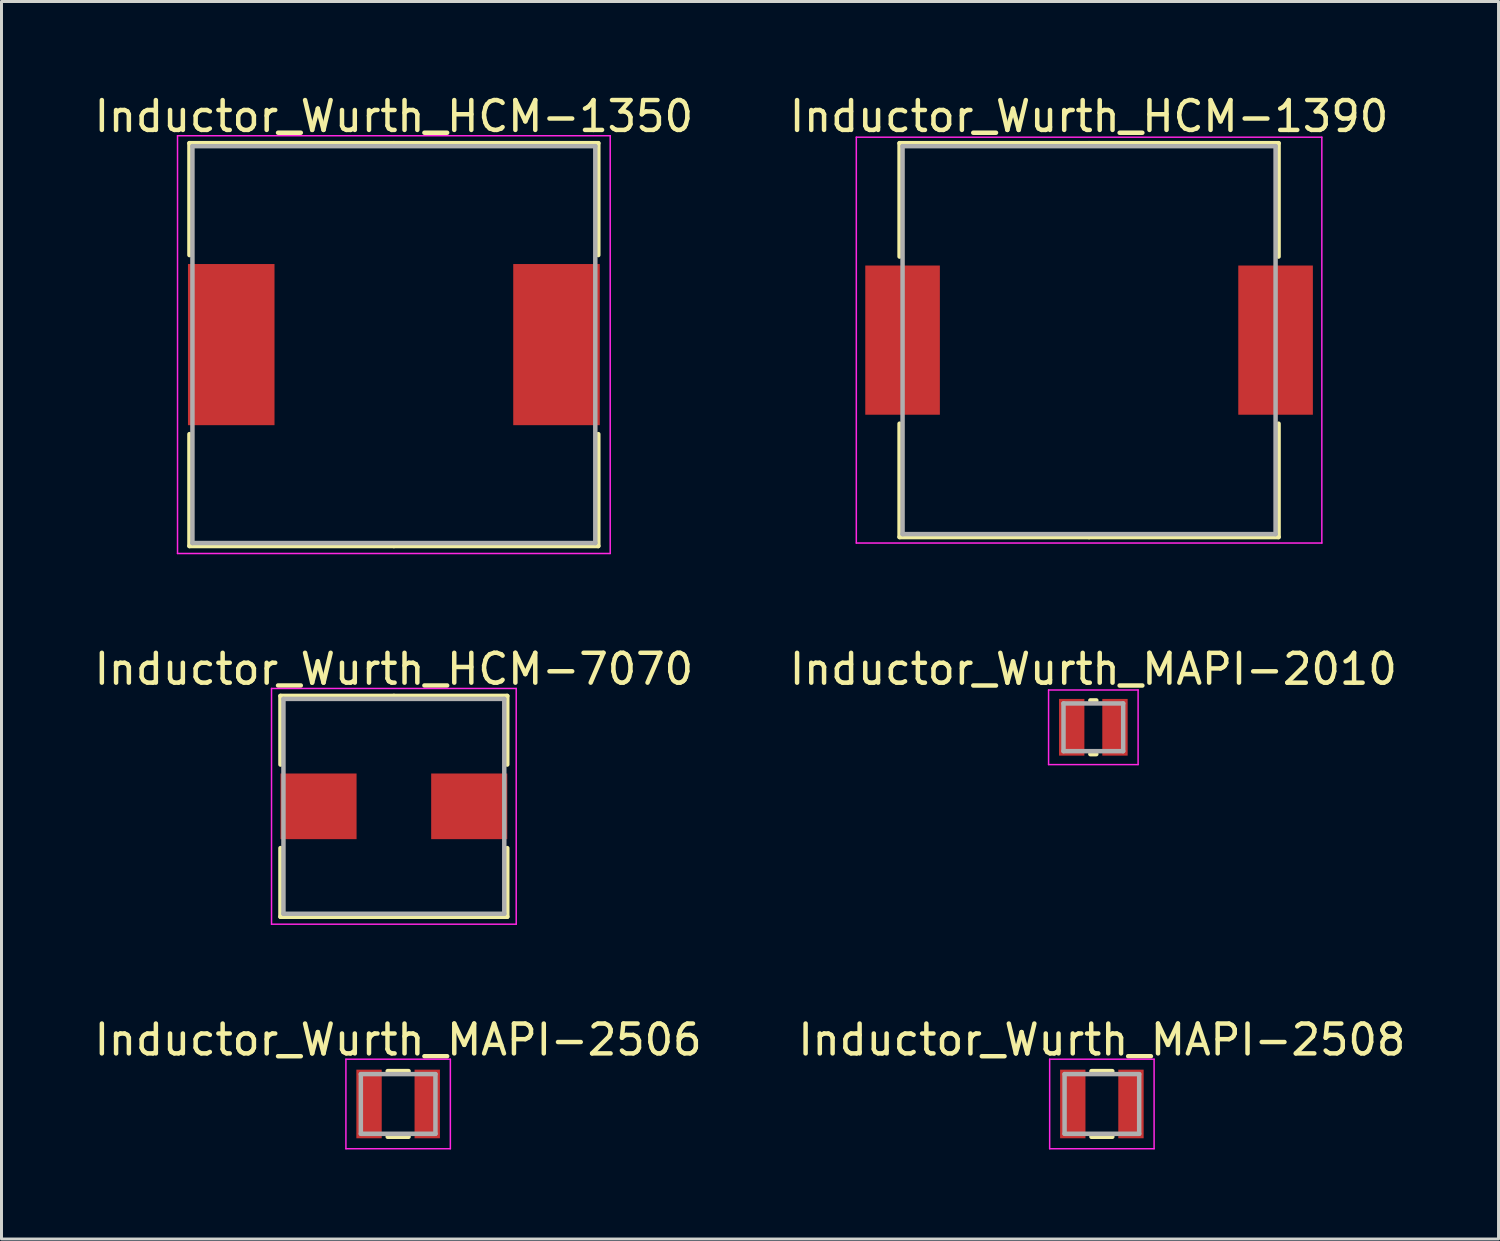
<source format=kicad_pcb>
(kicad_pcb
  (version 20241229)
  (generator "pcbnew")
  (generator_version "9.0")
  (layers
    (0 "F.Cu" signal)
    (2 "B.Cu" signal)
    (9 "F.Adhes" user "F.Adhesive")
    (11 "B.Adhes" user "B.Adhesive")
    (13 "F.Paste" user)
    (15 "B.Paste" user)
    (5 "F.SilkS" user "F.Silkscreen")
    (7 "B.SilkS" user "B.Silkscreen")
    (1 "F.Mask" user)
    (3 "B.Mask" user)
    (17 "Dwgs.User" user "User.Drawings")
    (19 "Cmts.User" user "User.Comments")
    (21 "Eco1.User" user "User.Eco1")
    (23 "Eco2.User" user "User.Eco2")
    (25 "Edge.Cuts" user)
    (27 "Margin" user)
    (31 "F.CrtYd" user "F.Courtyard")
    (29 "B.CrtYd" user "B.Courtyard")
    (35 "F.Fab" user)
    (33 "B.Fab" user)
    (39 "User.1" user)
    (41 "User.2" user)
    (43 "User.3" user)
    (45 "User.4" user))
  (footprint "Inductor_Wurth_HCM-1390"
    (layer "F.Cu")
    (at 33.446 8.348)
    (property "Reference" "Inductor_Wurth_HCM-1390" (at 0 -7.5 0) (layer "F.SilkS") (effects (font (size 1 1) (thickness 0.15))))
    (attr smd)
    (fp_line (start -6.35 -6.6) (end 0 -6.6) (stroke (width 0.15) (type solid)) (layer "F.SilkS"))
    (fp_line (start -6.35 -2.8) (end -6.35 -6.6) (stroke (width 0.15) (type solid)) (layer "F.SilkS"))
    (fp_line (start -6.35 2.8) (end -6.35 6.6) (stroke (width 0.15) (type solid)) (layer "F.SilkS"))
    (fp_line (start -6.35 6.6) (end 0 6.6) (stroke (width 0.15) (type solid)) (layer "F.SilkS"))
    (fp_line (start 6.35 -6.6) (end 0 -6.6) (stroke (width 0.15) (type solid)) (layer "F.SilkS"))
    (fp_line (start 6.35 -2.8) (end 6.35 -6.6) (stroke (width 0.15) (type solid)) (layer "F.SilkS"))
    (fp_line (start 6.35 2.8) (end 6.35 6.6) (stroke (width 0.15) (type solid)) (layer "F.SilkS"))
    (fp_line (start 6.35 6.6) (end 0 6.6) (stroke (width 0.15) (type solid)) (layer "F.SilkS"))
    (fp_line (start -7.8 -6.8) (end -7.8 6.8) (stroke (width 0.05) (type solid)) (layer "F.CrtYd"))
    (fp_line (start -7.8 6.8) (end 7.8 6.8) (stroke (width 0.05) (type solid)) (layer "F.CrtYd"))
    (fp_line (start 7.8 -6.8) (end -7.8 -6.8) (stroke (width 0.05) (type solid)) (layer "F.CrtYd"))
    (fp_line (start 7.8 6.8) (end 7.8 -6.8) (stroke (width 0.05) (type solid)) (layer "F.CrtYd"))
    (fp_line (start -6.25 -6.5) (end -6.25 6.5) (stroke (width 0.15) (type solid)) (layer "F.Fab"))
    (fp_line (start -6.25 6.5) (end 6.25 6.5) (stroke (width 0.15) (type solid)) (layer "F.Fab"))
    (fp_line (start 6.25 -6.5) (end -6.25 -6.5) (stroke (width 0.15) (type solid)) (layer "F.Fab"))
    (fp_line (start 6.25 6.5) (end 6.25 -6.5) (stroke (width 0.15) (type solid)) (layer "F.Fab"))
    (pad "1" smd rect (at -6.25 0) (size 2.5 5) (layers "F.Cu" "F.Mask" "F.Paste"))
    (pad "2" smd rect (at 6.25 0) (size 2.5 5) (layers "F.Cu" "F.Mask" "F.Paste")))
  (footprint "Inductor_Wurth_MAPI-2506"
    (layer "F.Cu")
    (at 10.292 33.945)
    (property "Reference" "Inductor_Wurth_MAPI-2506" (at 0 -2.15 0) (layer "F.SilkS") (effects (font (size 1 1) (thickness 0.15))))
    (attr smd)
    (fp_line (start -0.35 -1.1) (end 0.35 -1.1) (stroke (width 0.15) (type solid)) (layer "F.SilkS"))
    (fp_line (start -0.35 1.1) (end 0.35 1.1) (stroke (width 0.15) (type solid)) (layer "F.SilkS"))
    (fp_line (start -1.75 -1.5) (end -1.75 1.5) (stroke (width 0.05) (type solid)) (layer "F.CrtYd"))
    (fp_line (start -1.75 1.5) (end 1.75 1.5) (stroke (width 0.05) (type solid)) (layer "F.CrtYd"))
    (fp_line (start 1.75 -1.5) (end -1.75 -1.5) (stroke (width 0.05) (type solid)) (layer "F.CrtYd"))
    (fp_line (start 1.75 1.5) (end 1.75 -1.5) (stroke (width 0.05) (type solid)) (layer "F.CrtYd"))
    (fp_line (start -1.25 -1) (end -1.25 1) (stroke (width 0.15) (type solid)) (layer "F.Fab"))
    (fp_line (start -1.25 1) (end 1.25 1) (stroke (width 0.15) (type solid)) (layer "F.Fab"))
    (fp_line (start 1.25 -1) (end -1.25 -1) (stroke (width 0.15) (type solid)) (layer "F.Fab"))
    (fp_line (start 1.25 1) (end 1.25 -1) (stroke (width 0.15) (type solid)) (layer "F.Fab"))
    (pad "1" smd rect (at -0.975 0) (size 0.85 2.3) (layers "F.Cu" "F.Mask" "F.Paste"))
    (pad "2" smd rect (at 0.975 0) (size 0.85 2.3) (layers "F.Cu" "F.Mask" "F.Paste")))
  (footprint "Inductor_Wurth_MAPI-2010"
    (layer "F.Cu")
    (at 33.589 21.322)
    (property "Reference" "Inductor_Wurth_MAPI-2010" (at 0 -1.95 0) (layer "F.SilkS") (effects (font (size 1 1) (thickness 0.15))))
    (attr smd)
    (fp_line (start -0.1 -0.9) (end 0.1 -0.9) (stroke (width 0.15) (type solid)) (layer "F.SilkS"))
    (fp_line (start -0.1 0.9) (end 0.1 0.9) (stroke (width 0.15) (type solid)) (layer "F.SilkS"))
    (fp_line (start -1.5 -1.25) (end -1.5 1.25) (stroke (width 0.05) (type solid)) (layer "F.CrtYd"))
    (fp_line (start -1.5 1.25) (end 1.5 1.25) (stroke (width 0.05) (type solid)) (layer "F.CrtYd"))
    (fp_line (start 1.5 -1.25) (end -1.5 -1.25) (stroke (width 0.05) (type solid)) (layer "F.CrtYd"))
    (fp_line (start 1.5 1.25) (end 1.5 -1.25) (stroke (width 0.05) (type solid)) (layer "F.CrtYd"))
    (fp_line (start -1 -0.8) (end -1 0.8) (stroke (width 0.15) (type solid)) (layer "F.Fab"))
    (fp_line (start -1 0.8) (end 1 0.8) (stroke (width 0.15) (type solid)) (layer "F.Fab"))
    (fp_line (start 1 -0.8) (end -1 -0.8) (stroke (width 0.15) (type solid)) (layer "F.Fab"))
    (fp_line (start 1 0.8) (end 1 -0.8) (stroke (width 0.15) (type solid)) (layer "F.Fab"))
    (pad "1" smd rect (at -0.725 0) (size 0.85 1.9) (layers "F.Cu" "F.Mask" "F.Paste"))
    (pad "2" smd rect (at 0.725 0) (size 0.85 1.9) (layers "F.Cu" "F.Mask" "F.Paste")))
  (footprint "Inductor_Wurth_HCM-7070"
    (layer "F.Cu")
    (at 10.149 23.971)
    (property "Reference" "Inductor_Wurth_HCM-7070" (at 0 -4.6 0) (layer "F.SilkS") (effects (font (size 1 1) (thickness 0.15))))
    (attr smd)
    (fp_line (start -3.8 -3.7) (end 0 -3.7) (stroke (width 0.15) (type solid)) (layer "F.SilkS"))
    (fp_line (start -3.8 -1.4) (end -3.8 -3.7) (stroke (width 0.15) (type solid)) (layer "F.SilkS"))
    (fp_line (start -3.8 1.4) (end -3.8 3.7) (stroke (width 0.15) (type solid)) (layer "F.SilkS"))
    (fp_line (start -3.8 3.7) (end 0 3.7) (stroke (width 0.15) (type solid)) (layer "F.SilkS"))
    (fp_line (start 3.8 -3.7) (end 0 -3.7) (stroke (width 0.15) (type solid)) (layer "F.SilkS"))
    (fp_line (start 3.8 -1.4) (end 3.8 -3.7) (stroke (width 0.15) (type solid)) (layer "F.SilkS"))
    (fp_line (start 3.8 1.4) (end 3.8 3.7) (stroke (width 0.15) (type solid)) (layer "F.SilkS"))
    (fp_line (start 3.8 3.7) (end 0 3.7) (stroke (width 0.15) (type solid)) (layer "F.SilkS"))
    (fp_line (start -4.1 -3.95) (end -4.1 3.95) (stroke (width 0.05) (type solid)) (layer "F.CrtYd"))
    (fp_line (start -4.1 3.95) (end 4.1 3.95) (stroke (width 0.05) (type solid)) (layer "F.CrtYd"))
    (fp_line (start 4.1 -3.95) (end -4.1 -3.95) (stroke (width 0.05) (type solid)) (layer "F.CrtYd"))
    (fp_line (start 4.1 3.95) (end 4.1 -3.95) (stroke (width 0.05) (type solid)) (layer "F.CrtYd"))
    (fp_line (start -3.7 -3.6) (end -3.7 3.6) (stroke (width 0.15) (type solid)) (layer "F.Fab"))
    (fp_line (start -3.7 3.6) (end 3.7 3.6) (stroke (width 0.15) (type solid)) (layer "F.Fab"))
    (fp_line (start 3.7 -3.6) (end -3.7 -3.6) (stroke (width 0.15) (type solid)) (layer "F.Fab"))
    (fp_line (start 3.7 3.6) (end 3.7 -3.6) (stroke (width 0.15) (type solid)) (layer "F.Fab"))
    (pad "1" smd rect (at -2.525 0) (size 2.55 2.2) (layers "F.Cu" "F.Mask" "F.Paste"))
    (pad "2" smd rect (at 2.525 0) (size 2.55 2.2) (layers "F.Cu" "F.Mask" "F.Paste")))
  (footprint "Inductor_Wurth_MAPI-2508"
    (layer "F.Cu")
    (at 33.875 33.945)
    (property "Reference" "Inductor_Wurth_MAPI-2508" (at 0 -2.15 0) (layer "F.SilkS") (effects (font (size 1 1) (thickness 0.15))))
    (attr smd)
    (fp_line (start -0.35 -1.1) (end 0.35 -1.1) (stroke (width 0.15) (type solid)) (layer "F.SilkS"))
    (fp_line (start -0.35 1.1) (end 0.35 1.1) (stroke (width 0.15) (type solid)) (layer "F.SilkS"))
    (fp_line (start -1.75 -1.5) (end -1.75 1.5) (stroke (width 0.05) (type solid)) (layer "F.CrtYd"))
    (fp_line (start -1.75 1.5) (end 1.75 1.5) (stroke (width 0.05) (type solid)) (layer "F.CrtYd"))
    (fp_line (start 1.75 -1.5) (end -1.75 -1.5) (stroke (width 0.05) (type solid)) (layer "F.CrtYd"))
    (fp_line (start 1.75 1.5) (end 1.75 -1.5) (stroke (width 0.05) (type solid)) (layer "F.CrtYd"))
    (fp_line (start -1.25 -1) (end -1.25 1) (stroke (width 0.15) (type solid)) (layer "F.Fab"))
    (fp_line (start -1.25 1) (end 1.25 1) (stroke (width 0.15) (type solid)) (layer "F.Fab"))
    (fp_line (start 1.25 -1) (end -1.25 -1) (stroke (width 0.15) (type solid)) (layer "F.Fab"))
    (fp_line (start 1.25 1) (end 1.25 -1) (stroke (width 0.15) (type solid)) (layer "F.Fab"))
    (pad "1" smd rect (at -0.975 0) (size 0.85 2.3) (layers "F.Cu" "F.Mask" "F.Paste"))
    (pad "2" smd rect (at 0.975 0) (size 0.85 2.3) (layers "F.Cu" "F.Mask" "F.Paste")))
  (footprint "Inductor_Wurth_HCM-1350"
    (layer "F.Cu")
    (at 10.149 8.498)
    (property "Reference" "Inductor_Wurth_HCM-1350" (at 0 -7.65 0) (layer "F.SilkS") (effects (font (size 1 1) (thickness 0.15))))
    (attr smd)
    (fp_line (start -6.85 -6.75) (end 0 -6.75) (stroke (width 0.15) (type solid)) (layer "F.SilkS"))
    (fp_line (start -6.85 -3) (end -6.85 -6.75) (stroke (width 0.15) (type solid)) (layer "F.SilkS"))
    (fp_line (start -6.85 3) (end -6.85 6.75) (stroke (width 0.15) (type solid)) (layer "F.SilkS"))
    (fp_line (start -6.85 6.75) (end 0 6.75) (stroke (width 0.15) (type solid)) (layer "F.SilkS"))
    (fp_line (start 6.85 -6.75) (end 0 -6.75) (stroke (width 0.15) (type solid)) (layer "F.SilkS"))
    (fp_line (start 6.85 -3) (end 6.85 -6.75) (stroke (width 0.15) (type solid)) (layer "F.SilkS"))
    (fp_line (start 6.85 3) (end 6.85 6.75) (stroke (width 0.15) (type solid)) (layer "F.SilkS"))
    (fp_line (start 6.85 6.75) (end 0 6.75) (stroke (width 0.15) (type solid)) (layer "F.SilkS"))
    (fp_line (start -7.25 -7) (end -7.25 7) (stroke (width 0.05) (type solid)) (layer "F.CrtYd"))
    (fp_line (start -7.25 7) (end 7.25 7) (stroke (width 0.05) (type solid)) (layer "F.CrtYd"))
    (fp_line (start 7.25 -7) (end -7.25 -7) (stroke (width 0.05) (type solid)) (layer "F.CrtYd"))
    (fp_line (start 7.25 7) (end 7.25 -7) (stroke (width 0.05) (type solid)) (layer "F.CrtYd"))
    (fp_line (start -6.75 -6.65) (end -6.75 6.65) (stroke (width 0.15) (type solid)) (layer "F.Fab"))
    (fp_line (start -6.75 6.65) (end 6.75 6.65) (stroke (width 0.15) (type solid)) (layer "F.Fab"))
    (fp_line (start 6.75 -6.65) (end -6.75 -6.65) (stroke (width 0.15) (type solid)) (layer "F.Fab"))
    (fp_line (start 6.75 6.65) (end 6.75 -6.65) (stroke (width 0.15) (type solid)) (layer "F.Fab"))
    (pad "1" smd rect (at -5.45 0) (size 2.9 5.4) (layers "F.Cu" "F.Mask" "F.Paste"))
    (pad "2" smd rect (at 5.45 0) (size 2.9 5.4) (layers "F.Cu" "F.Mask" "F.Paste")))
  (gr_rect
    (start -3 -3)
    (end 47.167 38.47)
    (stroke (width 0.1) (type default))
    (fill no)
    (layer "Edge.Cuts")))
</source>
